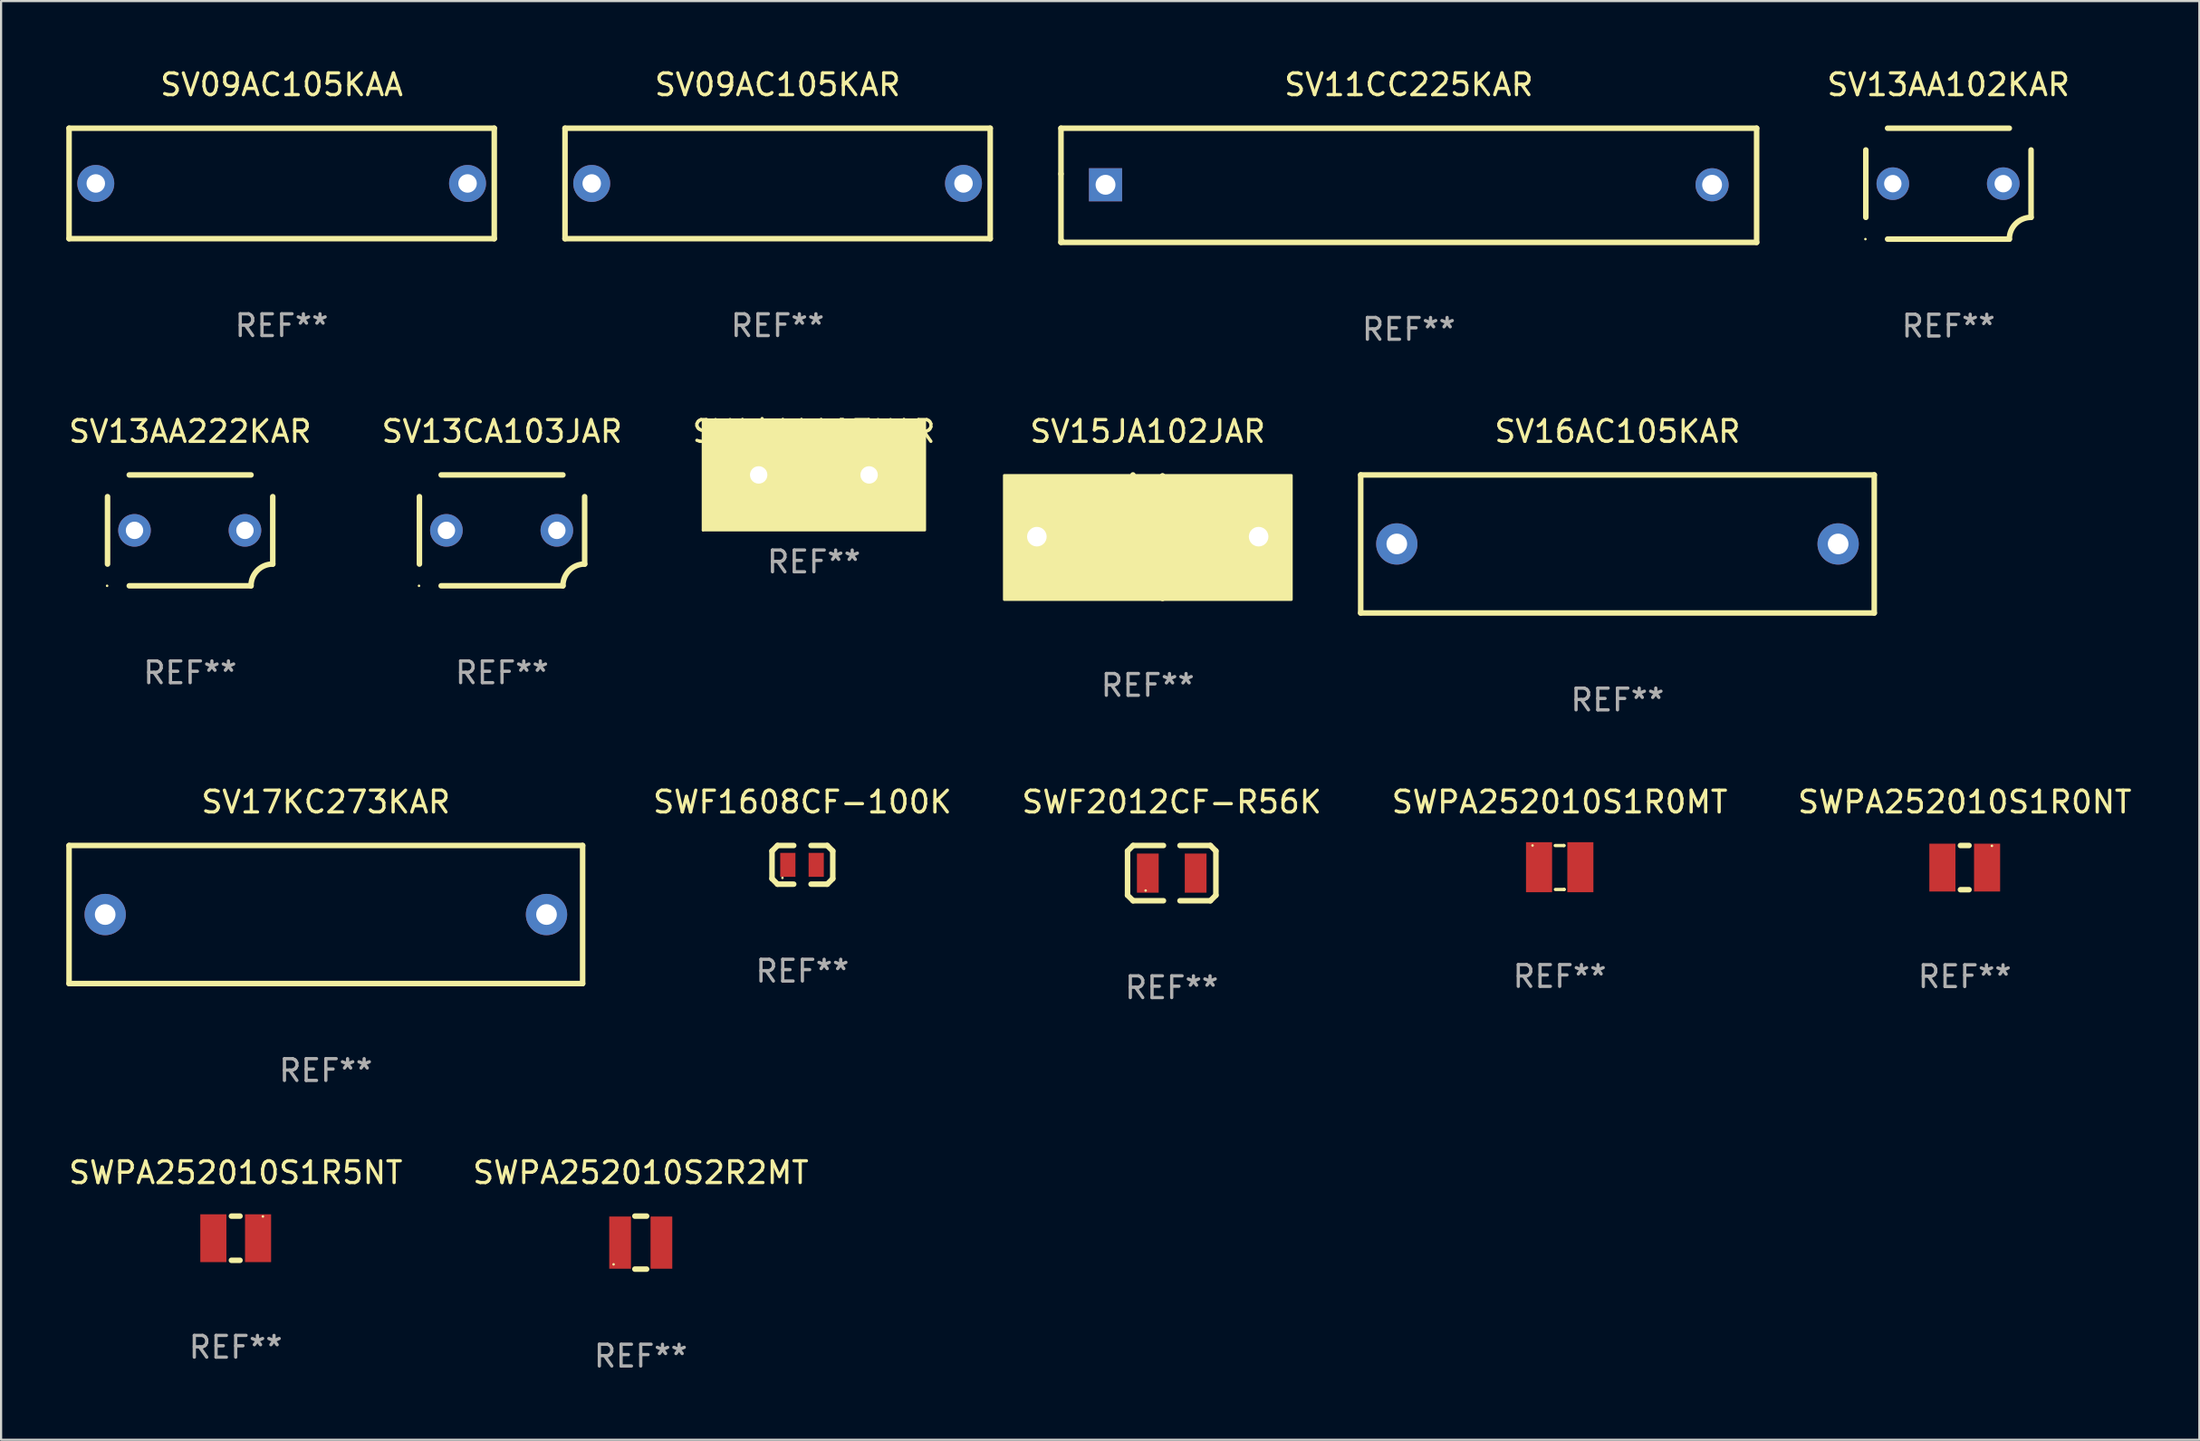
<source format=kicad_pcb>
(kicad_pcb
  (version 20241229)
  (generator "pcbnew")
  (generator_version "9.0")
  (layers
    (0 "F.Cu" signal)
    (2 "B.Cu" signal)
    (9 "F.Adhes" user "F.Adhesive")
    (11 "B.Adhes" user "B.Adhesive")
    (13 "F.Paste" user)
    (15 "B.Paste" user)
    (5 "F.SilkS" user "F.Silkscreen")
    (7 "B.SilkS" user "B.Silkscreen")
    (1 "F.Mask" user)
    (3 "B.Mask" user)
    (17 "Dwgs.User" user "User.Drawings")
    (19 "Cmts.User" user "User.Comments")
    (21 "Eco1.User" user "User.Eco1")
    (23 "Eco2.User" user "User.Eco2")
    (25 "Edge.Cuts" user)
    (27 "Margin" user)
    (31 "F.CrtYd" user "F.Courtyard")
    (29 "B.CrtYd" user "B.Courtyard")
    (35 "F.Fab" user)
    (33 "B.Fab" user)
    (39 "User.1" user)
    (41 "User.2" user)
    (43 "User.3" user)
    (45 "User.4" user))
  (footprint "SWPA252010S2R2MT"
    (layer "F.Cu")
    (at 26.423 54.107)
    (property "Reference" "SWPA252010S2R2MT" (at 0 -3.219 0) (layer "F.SilkS") (effects (font (size 1 1) (thickness 0.15))))
    (attr through_hole)
    (fp_line (start -0.27 1.219) (end 0.269 1.219) (stroke (width 0.254) (type solid)) (layer "F.SilkS"))
    (fp_line (start -0.269 -1.219) (end 0.27 -1.219) (stroke (width 0.254) (type solid)) (layer "F.SilkS"))
    (fp_circle (center -1.25 1) (end -1.22 1) (stroke (width 0.06) (type solid)) (fill no) (layer "F.SilkS"))
    (fp_text user "REF**" (at 0 5.219 0) (layer "F.Fab") (effects (font (size 1 1) (thickness 0.15))))
    (pad "1" smd rect (at -0.95 0) (size 1 2.4) (layers "F.Cu" "F.Mask" "F.Paste"))
    (pad "2" smd rect (at 0.95 0) (size 1 2.4) (layers "F.Cu" "F.Mask" "F.Paste")))
  (footprint "SV13CA103JAR"
    (layer "F.Cu")
    (at 20.042 21.345)
    (property "Reference" "SV13CA103JAR" (at 0 -4.55 0) (layer "F.SilkS") (effects (font (size 1 1) (thickness 0.15))))
    (attr through_hole)
    (fp_line (start -3.8 1.55) (end -3.8 -1.55) (stroke (width 0.254) (type solid)) (layer "F.SilkS"))
    (fp_line (start -2.8 -2.55) (end 2.8 -2.55) (stroke (width 0.254) (type solid)) (layer "F.SilkS"))
    (fp_line (start 2.8 2.55) (end -2.8 2.55) (stroke (width 0.254) (type solid)) (layer "F.SilkS"))
    (fp_line (start 3.8 -1.55) (end 3.8 1.55) (stroke (width 0.254) (type solid)) (layer "F.SilkS"))
    (fp_arc (start 2.800038 2.549975) (mid 3.092931 1.842868) (end 3.800038 1.549975) (stroke (width 0.254001) (type solid)) (layer "F.SilkS"))
    (fp_circle (center -3.819 2.55) (end -3.789 2.55) (stroke (width 0.06) (type solid)) (fill no) (layer "F.SilkS"))
    (fp_text user "REF**" (at 0 6.55 0) (layer "F.Fab") (effects (font (size 1 1) (thickness 0.15))))
    (pad "1" thru_hole circle (at -2.559 -0.000013) (size 1.5 1.5) (drill 0.8) (layers "*.Cu" "*.Mask"))
    (pad "2" thru_hole circle (at 2.521 -0.000013) (size 1.5 1.5) (drill 0.8) (layers "*.Cu" "*.Mask")))
  (footprint "SV16AC105KAR"
    (layer "F.Cu")
    (at 71.349 21.97)
    (property "Reference" "SV16AC105KAR" (at 0 -5.175 0) (layer "F.SilkS") (effects (font (size 1 1) (thickness 0.15))))
    (attr through_hole)
    (fp_line (start -11.811 -3.175) (end 11.811 -3.175) (stroke (width 0.254) (type solid)) (layer "F.SilkS"))
    (fp_line (start -11.811 3.175) (end -11.811 -3.175) (stroke (width 0.254) (type solid)) (layer "F.SilkS"))
    (fp_line (start 11.811 -3.175) (end 11.811 3.175) (stroke (width 0.254) (type solid)) (layer "F.SilkS"))
    (fp_line (start 11.811 3.175) (end -11.811 3.175) (stroke (width 0.254) (type solid)) (layer "F.SilkS"))
    (fp_circle (center -11.8 3.175) (end -11.77 3.175) (stroke (width 0.06) (type solid)) (fill no) (layer "F.SilkS"))
    (fp_text user "REF**" (at 0 7.175 0) (layer "F.Fab") (effects (font (size 1 1) (thickness 0.15))))
    (pad "1" thru_hole circle (at -10.15 0) (size 1.9 1.9) (drill 0.95) (layers "*.Cu" "*.Mask"))
    (pad "2" thru_hole circle (at 10.15 0) (size 1.9 1.9) (drill 0.95) (layers "*.Cu" "*.Mask")))
  (footprint "SV15JA102JAR"
    (layer "F.Cu")
    (at 49.743 21.635)
    (property "Reference" "SV15JA102JAR" (at 0 -4.84 0) (layer "F.SilkS") (effects (font (size 1 1) (thickness 0.15))))
    (attr through_hole)
    (fp_line (start -0.68 0.047) (end -1.61 0.047) (stroke (width 0.254) (type solid)) (layer "F.SilkS"))
    (fp_line (start -0.68 2.8) (end -0.68 -2.84) (stroke (width 0.254) (type solid)) (layer "F.SilkS"))
    (fp_line (start 0.68 -2.8) (end 0.68 2.84) (stroke (width 0.254) (type solid)) (layer "F.SilkS"))
    (fp_line (start 0.68 -0.047) (end 1.61 -0.047) (stroke (width 0.254) (type solid)) (layer "F.SilkS"))
    (fp_circle (center -6.35 2.55) (end -6.32 2.55) (stroke (width 0.06) (type solid)) (fill no) (layer "F.SilkS"))
    (fp_poly (pts (xy -6.6 -2.82) (xy 6.608 -2.82) (xy 6.608 2.895) (xy -6.6 2.895)) (stroke (width 0.12) (type solid)) (fill yes) (layer "F.SilkS"))
    (fp_text user "REF**" (at 0 6.84 0) (layer "F.Fab") (effects (font (size 1 1) (thickness 0.15))))
    (pad "1" thru_hole circle (at -5.1 -0.000013) (size 1.524 1.524) (drill 0.9) (layers "*.Cu" "*.Mask"))
    (pad "2" thru_hole circle (at 5.1 -0.000013) (size 1.524 1.524) (drill 0.9) (layers "*.Cu" "*.Mask")))
  (footprint "SV13AA222KAR"
    (layer "F.Cu")
    (at 5.696 21.345)
    (property "Reference" "SV13AA222KAR" (at 0 -4.55 0) (layer "F.SilkS") (effects (font (size 1 1) (thickness 0.15))))
    (attr through_hole)
    (fp_line (start -3.8 1.55) (end -3.8 -1.55) (stroke (width 0.254) (type solid)) (layer "F.SilkS"))
    (fp_line (start -2.8 -2.55) (end 2.8 -2.55) (stroke (width 0.254) (type solid)) (layer "F.SilkS"))
    (fp_line (start 2.8 2.55) (end -2.8 2.55) (stroke (width 0.254) (type solid)) (layer "F.SilkS"))
    (fp_line (start 3.8 -1.55) (end 3.8 1.55) (stroke (width 0.254) (type solid)) (layer "F.SilkS"))
    (fp_arc (start 2.800038 2.549975) (mid 3.092931 1.842868) (end 3.800038 1.549975) (stroke (width 0.254001) (type solid)) (layer "F.SilkS"))
    (fp_circle (center -3.819 2.55) (end -3.789 2.55) (stroke (width 0.06) (type solid)) (fill no) (layer "F.SilkS"))
    (fp_text user "REF**" (at 0 6.55 0) (layer "F.Fab") (effects (font (size 1 1) (thickness 0.15))))
    (pad "1" thru_hole circle (at -2.559 -0.000013) (size 1.5 1.5) (drill 0.8) (layers "*.Cu" "*.Mask"))
    (pad "2" thru_hole circle (at 2.521 -0.000013) (size 1.5 1.5) (drill 0.8) (layers "*.Cu" "*.Mask")))
  (footprint "SV09AC105KAR"
    (layer "F.Cu")
    (at 32.718 5.388)
    (property "Reference" "SV09AC105KAR" (at 0 -4.54 0) (layer "F.SilkS") (effects (font (size 1 1) (thickness 0.15))))
    (attr through_hole)
    (fp_line (start -9.779 -2.54) (end 9.779 -2.54) (stroke (width 0.254) (type solid)) (layer "F.SilkS"))
    (fp_line (start -9.779 2.54) (end -9.779 -2.54) (stroke (width 0.254) (type solid)) (layer "F.SilkS"))
    (fp_line (start 9.779 -2.54) (end 9.779 2.54) (stroke (width 0.254) (type solid)) (layer "F.SilkS"))
    (fp_line (start 9.779 2.54) (end -9.779 2.54) (stroke (width 0.254) (type solid)) (layer "F.SilkS"))
    (fp_circle (center -9.8 2.55) (end -9.77 2.55) (stroke (width 0.06) (type solid)) (fill no) (layer "F.SilkS"))
    (fp_text user "REF**" (at 0 6.54 0) (layer "F.Fab") (effects (font (size 1 1) (thickness 0.15))))
    (pad "1" thru_hole circle (at -8.55 0) (size 1.7 1.7) (drill 0.85) (layers "*.Cu" "*.Mask"))
    (pad "2" thru_hole circle (at 8.55 0) (size 1.7 1.7) (drill 0.85) (layers "*.Cu" "*.Mask")))
  (footprint "SV14AA103KAR"
    (layer "F.Cu")
    (at 34.387 18.795)
    (property "Reference" "SV14AA103KAR" (at 0 -2 0) (layer "F.SilkS") (effects (font (size 1 1) (thickness 0.15))))
    (attr through_hole)
    (fp_circle (center -5.1 2.54) (end -5.07 2.54) (stroke (width 0.06) (type solid)) (fill no) (layer "F.SilkS"))
    (fp_poly (pts (xy -5.1 -2.54) (xy 5.1 -2.54) (xy 5.1 2.54) (xy -5.1 2.54)) (stroke (width 0.12) (type solid)) (fill yes) (layer "F.SilkS"))
    (fp_text user "REF**" (at 0 4 0) (layer "F.Fab") (effects (font (size 1 1) (thickness 0.15))))
    (pad "1" thru_hole circle (at -2.54 0) (size 1.4 1.4) (drill 0.8) (layers "*.Cu" "*.Mask"))
    (pad "2" thru_hole circle (at 2.54 0) (size 1.4 1.4) (drill 0.8) (layers "*.Cu" "*.Mask")))
  (footprint "SV17KC273KAR"
    (layer "F.Cu")
    (at 11.938 39.016)
    (property "Reference" "SV17KC273KAR" (at 0 -5.175 0) (layer "F.SilkS") (effects (font (size 1 1) (thickness 0.15))))
    (attr through_hole)
    (fp_line (start -11.811 -3.175) (end 11.811 -3.175) (stroke (width 0.254) (type solid)) (layer "F.SilkS"))
    (fp_line (start -11.811 3.175) (end -11.811 -3.175) (stroke (width 0.254) (type solid)) (layer "F.SilkS"))
    (fp_line (start 11.811 -3.175) (end 11.811 3.175) (stroke (width 0.254) (type solid)) (layer "F.SilkS"))
    (fp_line (start 11.811 3.175) (end -11.811 3.175) (stroke (width 0.254) (type solid)) (layer "F.SilkS"))
    (fp_circle (center -11.8 3.175) (end -11.77 3.175) (stroke (width 0.06) (type solid)) (fill no) (layer "F.SilkS"))
    (fp_text user "REF**" (at 0 7.175 0) (layer "F.Fab") (effects (font (size 1 1) (thickness 0.15))))
    (pad "1" thru_hole circle (at -10.15 0) (size 1.9 1.9) (drill 0.95) (layers "*.Cu" "*.Mask"))
    (pad "2" thru_hole circle (at 10.15 0) (size 1.9 1.9) (drill 0.95) (layers "*.Cu" "*.Mask")))
  (footprint "SWF1608CF-100K"
    (layer "F.Cu")
    (at 33.858 36.73)
    (property "Reference" "SWF1608CF-100K" (at 0 -2.889 0) (layer "F.SilkS") (effects (font (size 1 1) (thickness 0.15))))
    (attr through_hole)
    (fp_line (start -1.397 -0.635) (end -1.397 0.635) (stroke (width 0.254) (type solid)) (layer "F.SilkS"))
    (fp_line (start -1.397 0.635) (end -1.143 0.889) (stroke (width 0.254) (type solid)) (layer "F.SilkS"))
    (fp_line (start -1.143 -0.889) (end -1.397 -0.635) (stroke (width 0.254) (type solid)) (layer "F.SilkS"))
    (fp_line (start -1.143 -0.889) (end -0.399 -0.889) (stroke (width 0.254) (type solid)) (layer "F.SilkS"))
    (fp_line (start -1.143 0.889) (end -0.399 0.889) (stroke (width 0.254) (type solid)) (layer "F.SilkS"))
    (fp_line (start 1.143 -0.889) (end 0.399 -0.889) (stroke (width 0.254) (type solid)) (layer "F.SilkS"))
    (fp_line (start 1.143 0.889) (end 0.399 0.889) (stroke (width 0.254) (type solid)) (layer "F.SilkS"))
    (fp_line (start 1.143 0.889) (end 1.397 0.635) (stroke (width 0.254) (type solid)) (layer "F.SilkS"))
    (fp_line (start 1.397 -0.635) (end 1.143 -0.889) (stroke (width 0.254) (type solid)) (layer "F.SilkS"))
    (fp_line (start 1.397 0.635) (end 1.397 -0.635) (stroke (width 0.254) (type solid)) (layer "F.SilkS"))
    (fp_circle (center -0.918 0.6) (end -0.888 0.6) (stroke (width 0.06) (type solid)) (fill no) (layer "F.SilkS"))
    (fp_text user "REF**" (at 0 4.889 0) (layer "F.Fab") (effects (font (size 1 1) (thickness 0.15))))
    (pad "1" smd rect (at -0.67 0) (size 0.7 1.1) (layers "F.Cu" "F.Mask" "F.Paste"))
    (pad "2" smd rect (at 0.635 0) (size 0.7 1.1) (layers "F.Cu" "F.Mask" "F.Paste")))
  (footprint "SWF2012CF-R56K"
    (layer "F.Cu")
    (at 50.846 37.111)
    (property "Reference" "SWF2012CF-R56K" (at 0 -3.27 0) (layer "F.SilkS") (effects (font (size 1 1) (thickness 0.15))))
    (attr through_hole)
    (fp_line (start -2.032 -1.016) (end -2.032 1.016) (stroke (width 0.254) (type solid)) (layer "F.SilkS"))
    (fp_line (start -2.032 1.016) (end -1.778 1.27) (stroke (width 0.254) (type solid)) (layer "F.SilkS"))
    (fp_line (start -1.778 -1.27) (end -2.032 -1.016) (stroke (width 0.254) (type solid)) (layer "F.SilkS"))
    (fp_line (start -1.778 1.27) (end -0.381 1.27) (stroke (width 0.254) (type solid)) (layer "F.SilkS"))
    (fp_line (start -0.381 -1.27) (end -1.778 -1.27) (stroke (width 0.254) (type solid)) (layer "F.SilkS"))
    (fp_line (start 0.381 -1.27) (end 1.778 -1.27) (stroke (width 0.254) (type solid)) (layer "F.SilkS"))
    (fp_line (start 1.778 -1.27) (end 2.032 -1.016) (stroke (width 0.254) (type solid)) (layer "F.SilkS"))
    (fp_line (start 1.778 1.27) (end 0.381 1.27) (stroke (width 0.254) (type solid)) (layer "F.SilkS"))
    (fp_line (start 2.032 -1.016) (end 2.032 1.016) (stroke (width 0.254) (type solid)) (layer "F.SilkS"))
    (fp_line (start 2.032 1.016) (end 1.778 1.27) (stroke (width 0.254) (type solid)) (layer "F.SilkS"))
    (fp_circle (center -1.2 0.8) (end -1.17 0.8) (stroke (width 0.06) (type solid)) (fill no) (layer "F.SilkS"))
    (fp_text user "REF**" (at 0 5.27 0) (layer "F.Fab") (effects (font (size 1 1) (thickness 0.15))))
    (pad "1" smd rect (at -1.1 0) (size 1 1.8) (layers "F.Cu" "F.Mask" "F.Paste"))
    (pad "2" smd rect (at 1.1 0) (size 1 1.8) (layers "F.Cu" "F.Mask" "F.Paste")))
  (footprint "SV09AC105KAA"
    (layer "F.Cu")
    (at 9.906 5.388)
    (property "Reference" "SV09AC105KAA" (at 0 -4.54 0) (layer "F.SilkS") (effects (font (size 1 1) (thickness 0.15))))
    (attr through_hole)
    (fp_line (start -9.779 -2.54) (end 9.779 -2.54) (stroke (width 0.254) (type solid)) (layer "F.SilkS"))
    (fp_line (start -9.779 2.54) (end -9.779 -2.54) (stroke (width 0.254) (type solid)) (layer "F.SilkS"))
    (fp_line (start 9.779 -2.54) (end 9.779 2.54) (stroke (width 0.254) (type solid)) (layer "F.SilkS"))
    (fp_line (start 9.779 2.54) (end -9.779 2.54) (stroke (width 0.254) (type solid)) (layer "F.SilkS"))
    (fp_circle (center -9.8 2.55) (end -9.77 2.55) (stroke (width 0.06) (type solid)) (fill no) (layer "F.SilkS"))
    (fp_text user "REF**" (at 0 6.54 0) (layer "F.Fab") (effects (font (size 1 1) (thickness 0.15))))
    (pad "1" thru_hole circle (at -8.55 0) (size 1.7 1.7) (drill 0.85) (layers "*.Cu" "*.Mask"))
    (pad "2" thru_hole circle (at 8.55 0) (size 1.7 1.7) (drill 0.85) (layers "*.Cu" "*.Mask")))
  (footprint "SV11CC225KAR"
    (layer "F.Cu")
    (at 61.751 5.473)
    (property "Reference" "SV11CC225KAR" (at 0 -4.625 0) (layer "F.SilkS") (effects (font (size 1 1) (thickness 0.15))))
    (attr through_hole)
    (fp_line (start -15.999 -2.625) (end -15.999 -0.525) (stroke (width 0.254) (type solid)) (layer "F.SilkS"))
    (fp_line (start -15.999 -0.525) (end -15.999 2.625) (stroke (width 0.254) (type solid)) (layer "F.SilkS"))
    (fp_line (start -15.999 2.625) (end 15.999 2.625) (stroke (width 0.254) (type solid)) (layer "F.SilkS"))
    (fp_line (start 15.999 -2.625) (end -15.999 -2.625) (stroke (width 0.254) (type solid)) (layer "F.SilkS"))
    (fp_line (start 15.999 2.625) (end 15.999 -2.625) (stroke (width 0.254) (type solid)) (layer "F.SilkS"))
    (fp_circle (center -15.9 2.516) (end -15.87 2.516) (stroke (width 0.06) (type solid)) (fill no) (layer "F.SilkS"))
    (fp_text user "REF**" (at 0 6.625 0) (layer "F.Fab") (effects (font (size 1 1) (thickness 0.15))))
    (pad "1" thru_hole rect (at -13.95 -0.024) (size 1.524 1.524) (drill 0.914) (layers "*.Cu" "*.Mask"))
    (pad "2" thru_hole circle (at 13.95 -0.024) (size 1.524 1.524) (drill 0.914) (layers "*.Cu" "*.Mask")))
  (footprint "SWPA252010S1R5NT"
    (layer "F.Cu")
    (at 7.792 53.904)
    (property "Reference" "SWPA252010S1R5NT" (at 0 -3.016 0) (layer "F.SilkS") (effects (font (size 1 1) (thickness 0.15))))
    (attr through_hole)
    (fp_line (start -0.197 1.016) (end 0.197 1.016) (stroke (width 0.254) (type solid)) (layer "F.SilkS"))
    (fp_line (start 0.197 -1.016) (end -0.197 -1.016) (stroke (width 0.254) (type solid)) (layer "F.SilkS"))
    (fp_circle (center 1.25 -1) (end 1.28 -1) (stroke (width 0.06) (type solid)) (fill no) (layer "F.SilkS"))
    (fp_text user "REF**" (at 0 5.016 0) (layer "F.Fab") (effects (font (size 1 1) (thickness 0.15))))
    (pad "1" smd rect (at 1.028 0) (size 1.2 2.2) (layers "F.Cu" "F.Mask" "F.Paste"))
    (pad "2" smd rect (at -1.028 0) (size 1.2 2.2) (layers "F.Cu" "F.Mask" "F.Paste")))
  (footprint "SV13AA102KAR"
    (layer "F.Cu")
    (at 86.573 5.398)
    (property "Reference" "SV13AA102KAR" (at 0 -4.55 0) (layer "F.SilkS") (effects (font (size 1 1) (thickness 0.15))))
    (attr through_hole)
    (fp_line (start -3.8 1.55) (end -3.8 -1.55) (stroke (width 0.254) (type solid)) (layer "F.SilkS"))
    (fp_line (start -2.8 -2.55) (end 2.8 -2.55) (stroke (width 0.254) (type solid)) (layer "F.SilkS"))
    (fp_line (start 2.8 2.55) (end -2.8 2.55) (stroke (width 0.254) (type solid)) (layer "F.SilkS"))
    (fp_line (start 3.8 -1.55) (end 3.8 1.55) (stroke (width 0.254) (type solid)) (layer "F.SilkS"))
    (fp_arc (start 2.800038 2.549975) (mid 3.092931 1.842868) (end 3.800038 1.549975) (stroke (width 0.254001) (type solid)) (layer "F.SilkS"))
    (fp_circle (center -3.819 2.55) (end -3.789 2.55) (stroke (width 0.06) (type solid)) (fill no) (layer "F.SilkS"))
    (fp_text user "REF**" (at 0 6.55 0) (layer "F.Fab") (effects (font (size 1 1) (thickness 0.15))))
    (pad "1" thru_hole circle (at -2.559 -0.000013) (size 1.5 1.5) (drill 0.8) (layers "*.Cu" "*.Mask"))
    (pad "2" thru_hole circle (at 2.521 -0.000013) (size 1.5 1.5) (drill 0.8) (layers "*.Cu" "*.Mask")))
  (footprint "SWPA252010S1R0MT"
    (layer "F.Cu")
    (at 68.692 36.852)
    (property "Reference" "SWPA252010S1R0MT" (at 0 -3.011 0) (layer "F.SilkS") (effects (font (size 1 1) (thickness 0.15))))
    (attr through_hole)
    (fp_line (start -0.208 -1.009) (end 0.195 -1.009) (stroke (width 0.15) (type solid)) (layer "F.SilkS"))
    (fp_line (start -0.198 1.011) (end 0.205 1.011) (stroke (width 0.15) (type solid)) (layer "F.SilkS"))
    (fp_line (start 0.195 -1.009) (end 0.196 -1.011) (stroke (width 0.15) (type solid)) (layer "F.SilkS"))
    (fp_line (start 0.205 1.011) (end 0.207 1.009) (stroke (width 0.15) (type solid)) (layer "F.SilkS"))
    (fp_circle (center -1.25 -1.012) (end -1.22 -1.012) (stroke (width 0.06) (type solid)) (fill no) (layer "F.SilkS"))
    (fp_text user "REF**" (at 0 5.011 0) (layer "F.Fab") (effects (font (size 1 1) (thickness 0.15))))
    (pad "1" smd rect (at -0.95 -0.012) (size 1.2 2.3) (layers "F.Cu" "F.Mask" "F.Paste"))
    (pad "2" smd rect (at 0.95 -0.012) (size 1.2 2.3) (layers "F.Cu" "F.Mask" "F.Paste")))
  (footprint "SWPA252010S1R0NT"
    (layer "F.Cu")
    (at 87.322 36.857)
    (property "Reference" "SWPA252010S1R0NT" (at 0 -3.016 0) (layer "F.SilkS") (effects (font (size 1 1) (thickness 0.15))))
    (attr through_hole)
    (fp_line (start -0.197 1.016) (end 0.197 1.016) (stroke (width 0.254) (type solid)) (layer "F.SilkS"))
    (fp_line (start 0.197 -1.016) (end -0.197 -1.016) (stroke (width 0.254) (type solid)) (layer "F.SilkS"))
    (fp_circle (center 1.25 -1) (end 1.28 -1) (stroke (width 0.06) (type solid)) (fill no) (layer "F.SilkS"))
    (fp_text user "REF**" (at 0 5.016 0) (layer "F.Fab") (effects (font (size 1 1) (thickness 0.15))))
    (pad "1" smd rect (at 1.028 0) (size 1.2 2.2) (layers "F.Cu" "F.Mask" "F.Paste"))
    (pad "2" smd rect (at -1.028 0) (size 1.2 2.2) (layers "F.Cu" "F.Mask" "F.Paste")))
  (gr_rect
    (start -3 -3)
    (end 98.114 63.175)
    (stroke (width 0.1) (type default))
    (fill no)
    (layer "Edge.Cuts")))
</source>
